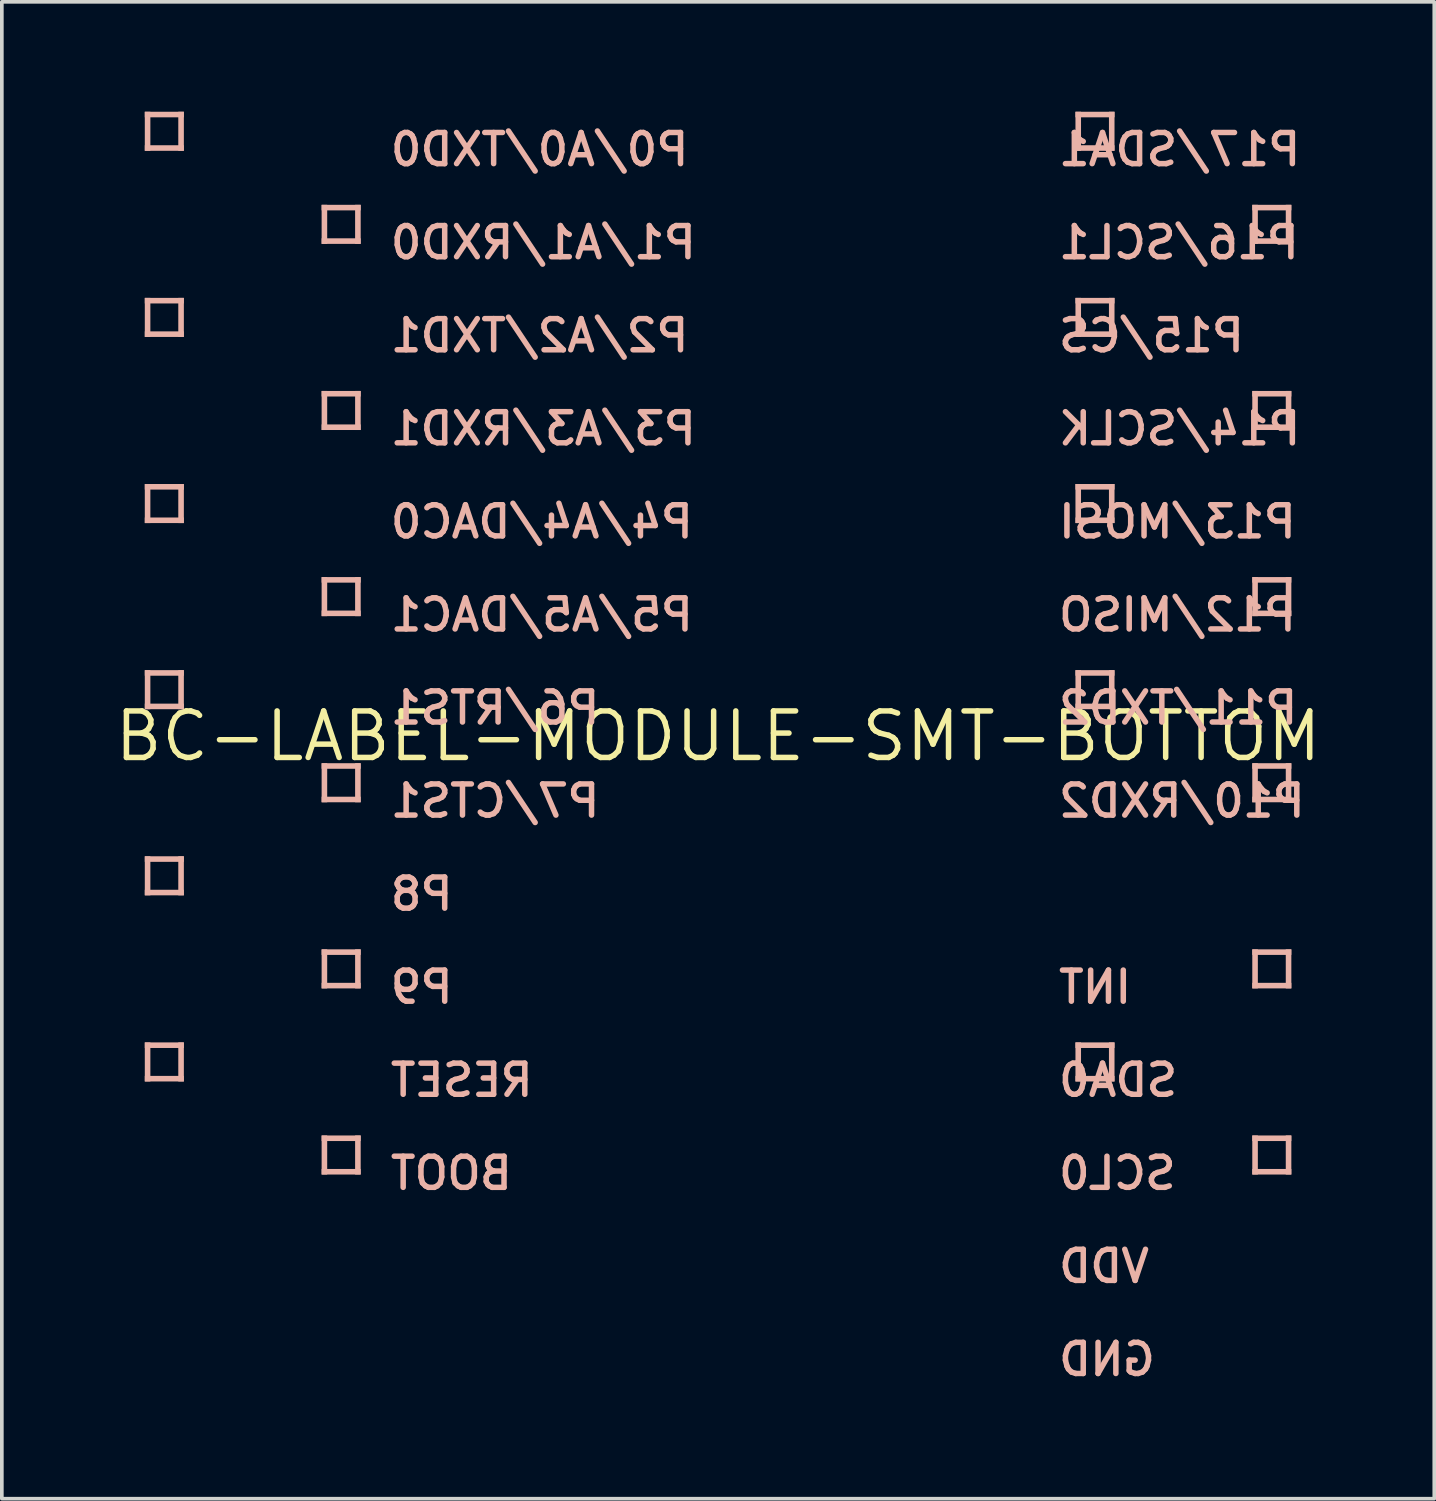
<source format=kicad_pcb>
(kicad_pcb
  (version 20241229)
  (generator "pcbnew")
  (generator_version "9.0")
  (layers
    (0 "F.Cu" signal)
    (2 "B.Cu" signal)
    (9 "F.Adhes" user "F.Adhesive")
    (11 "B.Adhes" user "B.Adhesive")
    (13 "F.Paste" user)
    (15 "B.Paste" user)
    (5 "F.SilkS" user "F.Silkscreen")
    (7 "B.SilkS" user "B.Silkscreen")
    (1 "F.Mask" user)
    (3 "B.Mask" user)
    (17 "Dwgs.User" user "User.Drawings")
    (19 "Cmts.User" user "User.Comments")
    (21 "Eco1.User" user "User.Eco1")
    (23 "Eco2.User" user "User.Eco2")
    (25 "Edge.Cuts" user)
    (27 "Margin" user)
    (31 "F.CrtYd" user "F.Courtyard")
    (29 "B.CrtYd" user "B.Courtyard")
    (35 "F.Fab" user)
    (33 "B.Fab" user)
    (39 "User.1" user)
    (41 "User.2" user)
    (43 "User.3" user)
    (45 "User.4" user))
  (footprint "BC-LABEL-MODULE-SMT-BOTTOM"
    (layer "F.Cu")
    (at 16.548 17.043)
    (property "Reference" "BC-LABEL-MODULE-SMT-BOTTOM" (at 0 0 0) (unlocked yes) (layer "F.SilkS") (effects (font (size 1.27 1.27) (thickness 0.15))))
    (fp_poly (pts (xy -15.646 -16.891) (xy -14.58 -16.891) (xy -14.58 -17.043) (xy -15.646 -17.043)) (stroke (width 0) (type default)) (fill yes) (layer "B.SilkS"))
    (fp_poly (pts (xy -15.646 -15.977) (xy -15.494 -15.977) (xy -15.494 -17.043) (xy -15.646 -17.043)) (stroke (width 0) (type default)) (fill yes) (layer "B.SilkS"))
    (fp_poly (pts (xy -15.646 -15.977) (xy -14.58 -15.977) (xy -14.58 -16.129) (xy -15.646 -16.129)) (stroke (width 0) (type default)) (fill yes) (layer "B.SilkS"))
    (fp_poly (pts (xy -15.646 -11.811) (xy -14.58 -11.811) (xy -14.58 -11.963) (xy -15.646 -11.963)) (stroke (width 0) (type default)) (fill yes) (layer "B.SilkS"))
    (fp_poly (pts (xy -15.646 -10.897) (xy -15.494 -10.897) (xy -15.494 -11.963) (xy -15.646 -11.963)) (stroke (width 0) (type default)) (fill yes) (layer "B.SilkS"))
    (fp_poly (pts (xy -15.646 -10.897) (xy -14.58 -10.897) (xy -14.58 -11.049) (xy -15.646 -11.049)) (stroke (width 0) (type default)) (fill yes) (layer "B.SilkS"))
    (fp_poly (pts (xy -15.646 -6.731) (xy -14.58 -6.731) (xy -14.58 -6.883) (xy -15.646 -6.883)) (stroke (width 0) (type default)) (fill yes) (layer "B.SilkS"))
    (fp_poly (pts (xy -15.646 -5.817) (xy -15.494 -5.817) (xy -15.494 -6.883) (xy -15.646 -6.883)) (stroke (width 0) (type default)) (fill yes) (layer "B.SilkS"))
    (fp_poly (pts (xy -15.646 -5.817) (xy -14.58 -5.817) (xy -14.58 -5.969) (xy -15.646 -5.969)) (stroke (width 0) (type default)) (fill yes) (layer "B.SilkS"))
    (fp_poly (pts (xy -15.646 -1.651) (xy -14.58 -1.651) (xy -14.58 -1.803) (xy -15.646 -1.803)) (stroke (width 0) (type default)) (fill yes) (layer "B.SilkS"))
    (fp_poly (pts (xy -15.646 -0.737) (xy -15.494 -0.737) (xy -15.494 -1.803) (xy -15.646 -1.803)) (stroke (width 0) (type default)) (fill yes) (layer "B.SilkS"))
    (fp_poly (pts (xy -15.646 -0.737) (xy -14.58 -0.737) (xy -14.58 -0.889) (xy -15.646 -0.889)) (stroke (width 0) (type default)) (fill yes) (layer "B.SilkS"))
    (fp_poly (pts (xy -15.646 3.429) (xy -14.58 3.429) (xy -14.58 3.277) (xy -15.646 3.277)) (stroke (width 0) (type default)) (fill yes) (layer "B.SilkS"))
    (fp_poly (pts (xy -15.646 4.343) (xy -15.494 4.343) (xy -15.494 3.277) (xy -15.646 3.277)) (stroke (width 0) (type default)) (fill yes) (layer "B.SilkS"))
    (fp_poly (pts (xy -15.646 4.343) (xy -14.58 4.343) (xy -14.58 4.191) (xy -15.646 4.191)) (stroke (width 0) (type default)) (fill yes) (layer "B.SilkS"))
    (fp_poly (pts (xy -15.646 8.509) (xy -14.58 8.509) (xy -14.58 8.357) (xy -15.646 8.357)) (stroke (width 0) (type default)) (fill yes) (layer "B.SilkS"))
    (fp_poly (pts (xy -15.646 9.423) (xy -15.494 9.423) (xy -15.494 8.357) (xy -15.646 8.357)) (stroke (width 0) (type default)) (fill yes) (layer "B.SilkS"))
    (fp_poly (pts (xy -15.646 9.423) (xy -14.58 9.423) (xy -14.58 9.271) (xy -15.646 9.271)) (stroke (width 0) (type default)) (fill yes) (layer "B.SilkS"))
    (fp_poly (pts (xy -14.732 -15.977) (xy -14.58 -15.977) (xy -14.58 -17.043) (xy -14.732 -17.043)) (stroke (width 0) (type default)) (fill yes) (layer "B.SilkS"))
    (fp_poly (pts (xy -14.732 -10.897) (xy -14.58 -10.897) (xy -14.58 -11.963) (xy -14.732 -11.963)) (stroke (width 0) (type default)) (fill yes) (layer "B.SilkS"))
    (fp_poly (pts (xy -14.732 -5.817) (xy -14.58 -5.817) (xy -14.58 -6.883) (xy -14.732 -6.883)) (stroke (width 0) (type default)) (fill yes) (layer "B.SilkS"))
    (fp_poly (pts (xy -14.732 -0.737) (xy -14.58 -0.737) (xy -14.58 -1.803) (xy -14.732 -1.803)) (stroke (width 0) (type default)) (fill yes) (layer "B.SilkS"))
    (fp_poly (pts (xy -14.732 4.343) (xy -14.58 4.343) (xy -14.58 3.277) (xy -14.732 3.277)) (stroke (width 0) (type default)) (fill yes) (layer "B.SilkS"))
    (fp_poly (pts (xy -14.732 9.423) (xy -14.58 9.423) (xy -14.58 8.357) (xy -14.732 8.357)) (stroke (width 0) (type default)) (fill yes) (layer "B.SilkS"))
    (fp_poly (pts (xy -10.82 -14.351) (xy -9.754 -14.351) (xy -9.754 -14.503) (xy -10.82 -14.503)) (stroke (width 0) (type default)) (fill yes) (layer "B.SilkS"))
    (fp_poly (pts (xy -10.82 -13.437) (xy -10.668 -13.437) (xy -10.668 -14.503) (xy -10.82 -14.503)) (stroke (width 0) (type default)) (fill yes) (layer "B.SilkS"))
    (fp_poly (pts (xy -10.82 -13.437) (xy -9.754 -13.437) (xy -9.754 -13.589) (xy -10.82 -13.589)) (stroke (width 0) (type default)) (fill yes) (layer "B.SilkS"))
    (fp_poly (pts (xy -10.82 -9.271) (xy -9.754 -9.271) (xy -9.754 -9.423) (xy -10.82 -9.423)) (stroke (width 0) (type default)) (fill yes) (layer "B.SilkS"))
    (fp_poly (pts (xy -10.82 -8.357) (xy -10.668 -8.357) (xy -10.668 -9.423) (xy -10.82 -9.423)) (stroke (width 0) (type default)) (fill yes) (layer "B.SilkS"))
    (fp_poly (pts (xy -10.82 -8.357) (xy -9.754 -8.357) (xy -9.754 -8.509) (xy -10.82 -8.509)) (stroke (width 0) (type default)) (fill yes) (layer "B.SilkS"))
    (fp_poly (pts (xy -10.82 -4.191) (xy -9.754 -4.191) (xy -9.754 -4.343) (xy -10.82 -4.343)) (stroke (width 0) (type default)) (fill yes) (layer "B.SilkS"))
    (fp_poly (pts (xy -10.82 -3.277) (xy -10.668 -3.277) (xy -10.668 -4.343) (xy -10.82 -4.343)) (stroke (width 0) (type default)) (fill yes) (layer "B.SilkS"))
    (fp_poly (pts (xy -10.82 -3.277) (xy -9.754 -3.277) (xy -9.754 -3.429) (xy -10.82 -3.429)) (stroke (width 0) (type default)) (fill yes) (layer "B.SilkS"))
    (fp_poly (pts (xy -10.82 0.889) (xy -9.754 0.889) (xy -9.754 0.737) (xy -10.82 0.737)) (stroke (width 0) (type default)) (fill yes) (layer "B.SilkS"))
    (fp_poly (pts (xy -10.82 1.803) (xy -10.668 1.803) (xy -10.668 0.737) (xy -10.82 0.737)) (stroke (width 0) (type default)) (fill yes) (layer "B.SilkS"))
    (fp_poly (pts (xy -10.82 1.803) (xy -9.754 1.803) (xy -9.754 1.651) (xy -10.82 1.651)) (stroke (width 0) (type default)) (fill yes) (layer "B.SilkS"))
    (fp_poly (pts (xy -10.82 5.969) (xy -9.754 5.969) (xy -9.754 5.817) (xy -10.82 5.817)) (stroke (width 0) (type default)) (fill yes) (layer "B.SilkS"))
    (fp_poly (pts (xy -10.82 6.883) (xy -10.668 6.883) (xy -10.668 5.817) (xy -10.82 5.817)) (stroke (width 0) (type default)) (fill yes) (layer "B.SilkS"))
    (fp_poly (pts (xy -10.82 6.883) (xy -9.754 6.883) (xy -9.754 6.731) (xy -10.82 6.731)) (stroke (width 0) (type default)) (fill yes) (layer "B.SilkS"))
    (fp_poly (pts (xy -10.82 11.049) (xy -9.754 11.049) (xy -9.754 10.897) (xy -10.82 10.897)) (stroke (width 0) (type default)) (fill yes) (layer "B.SilkS"))
    (fp_poly (pts (xy -10.82 11.963) (xy -10.668 11.963) (xy -10.668 10.897) (xy -10.82 10.897)) (stroke (width 0) (type default)) (fill yes) (layer "B.SilkS"))
    (fp_poly (pts (xy -10.82 11.963) (xy -9.754 11.963) (xy -9.754 11.811) (xy -10.82 11.811)) (stroke (width 0) (type default)) (fill yes) (layer "B.SilkS"))
    (fp_poly (pts (xy -9.906 -13.437) (xy -9.754 -13.437) (xy -9.754 -14.503) (xy -9.906 -14.503)) (stroke (width 0) (type default)) (fill yes) (layer "B.SilkS"))
    (fp_poly (pts (xy -9.906 -8.357) (xy -9.754 -8.357) (xy -9.754 -9.423) (xy -9.906 -9.423)) (stroke (width 0) (type default)) (fill yes) (layer "B.SilkS"))
    (fp_poly (pts (xy -9.906 -3.277) (xy -9.754 -3.277) (xy -9.754 -4.343) (xy -9.906 -4.343)) (stroke (width 0) (type default)) (fill yes) (layer "B.SilkS"))
    (fp_poly (pts (xy -9.906 1.803) (xy -9.754 1.803) (xy -9.754 0.737) (xy -9.906 0.737)) (stroke (width 0) (type default)) (fill yes) (layer "B.SilkS"))
    (fp_poly (pts (xy -9.906 6.883) (xy -9.754 6.883) (xy -9.754 5.817) (xy -9.906 5.817)) (stroke (width 0) (type default)) (fill yes) (layer "B.SilkS"))
    (fp_poly (pts (xy -9.906 11.963) (xy -9.754 11.963) (xy -9.754 10.897) (xy -9.906 10.897)) (stroke (width 0) (type default)) (fill yes) (layer "B.SilkS"))
    (fp_poly (pts (xy 9.754 -16.891) (xy 10.82 -16.891) (xy 10.82 -17.043) (xy 9.754 -17.043)) (stroke (width 0) (type default)) (fill yes) (layer "B.SilkS"))
    (fp_poly (pts (xy 9.754 -15.977) (xy 9.906 -15.977) (xy 9.906 -17.043) (xy 9.754 -17.043)) (stroke (width 0) (type default)) (fill yes) (layer "B.SilkS"))
    (fp_poly (pts (xy 9.754 -15.977) (xy 10.82 -15.977) (xy 10.82 -16.129) (xy 9.754 -16.129)) (stroke (width 0) (type default)) (fill yes) (layer "B.SilkS"))
    (fp_poly (pts (xy 9.754 -11.811) (xy 10.82 -11.811) (xy 10.82 -11.963) (xy 9.754 -11.963)) (stroke (width 0) (type default)) (fill yes) (layer "B.SilkS"))
    (fp_poly (pts (xy 9.754 -10.897) (xy 9.906 -10.897) (xy 9.906 -11.963) (xy 9.754 -11.963)) (stroke (width 0) (type default)) (fill yes) (layer "B.SilkS"))
    (fp_poly (pts (xy 9.754 -10.897) (xy 10.82 -10.897) (xy 10.82 -11.049) (xy 9.754 -11.049)) (stroke (width 0) (type default)) (fill yes) (layer "B.SilkS"))
    (fp_poly (pts (xy 9.754 -6.731) (xy 10.82 -6.731) (xy 10.82 -6.883) (xy 9.754 -6.883)) (stroke (width 0) (type default)) (fill yes) (layer "B.SilkS"))
    (fp_poly (pts (xy 9.754 -5.817) (xy 9.906 -5.817) (xy 9.906 -6.883) (xy 9.754 -6.883)) (stroke (width 0) (type default)) (fill yes) (layer "B.SilkS"))
    (fp_poly (pts (xy 9.754 -5.817) (xy 10.82 -5.817) (xy 10.82 -5.969) (xy 9.754 -5.969)) (stroke (width 0) (type default)) (fill yes) (layer "B.SilkS"))
    (fp_poly (pts (xy 9.754 -1.651) (xy 10.82 -1.651) (xy 10.82 -1.803) (xy 9.754 -1.803)) (stroke (width 0) (type default)) (fill yes) (layer "B.SilkS"))
    (fp_poly (pts (xy 9.754 -0.737) (xy 9.906 -0.737) (xy 9.906 -1.803) (xy 9.754 -1.803)) (stroke (width 0) (type default)) (fill yes) (layer "B.SilkS"))
    (fp_poly (pts (xy 9.754 -0.737) (xy 10.82 -0.737) (xy 10.82 -0.889) (xy 9.754 -0.889)) (stroke (width 0) (type default)) (fill yes) (layer "B.SilkS"))
    (fp_poly (pts (xy 9.754 8.509) (xy 10.82 8.509) (xy 10.82 8.357) (xy 9.754 8.357)) (stroke (width 0) (type default)) (fill yes) (layer "B.SilkS"))
    (fp_poly (pts (xy 9.754 9.423) (xy 9.906 9.423) (xy 9.906 8.357) (xy 9.754 8.357)) (stroke (width 0) (type default)) (fill yes) (layer "B.SilkS"))
    (fp_poly (pts (xy 9.754 9.423) (xy 10.82 9.423) (xy 10.82 9.271) (xy 9.754 9.271)) (stroke (width 0) (type default)) (fill yes) (layer "B.SilkS"))
    (fp_poly (pts (xy 10.668 -15.977) (xy 10.82 -15.977) (xy 10.82 -17.043) (xy 10.668 -17.043)) (stroke (width 0) (type default)) (fill yes) (layer "B.SilkS"))
    (fp_poly (pts (xy 10.668 -10.897) (xy 10.82 -10.897) (xy 10.82 -11.963) (xy 10.668 -11.963)) (stroke (width 0) (type default)) (fill yes) (layer "B.SilkS"))
    (fp_poly (pts (xy 10.668 -5.817) (xy 10.82 -5.817) (xy 10.82 -6.883) (xy 10.668 -6.883)) (stroke (width 0) (type default)) (fill yes) (layer "B.SilkS"))
    (fp_poly (pts (xy 10.668 -0.737) (xy 10.82 -0.737) (xy 10.82 -1.803) (xy 10.668 -1.803)) (stroke (width 0) (type default)) (fill yes) (layer "B.SilkS"))
    (fp_poly (pts (xy 10.668 9.423) (xy 10.82 9.423) (xy 10.82 8.357) (xy 10.668 8.357)) (stroke (width 0) (type default)) (fill yes) (layer "B.SilkS"))
    (fp_poly (pts (xy 14.58 -14.351) (xy 15.646 -14.351) (xy 15.646 -14.503) (xy 14.58 -14.503)) (stroke (width 0) (type default)) (fill yes) (layer "B.SilkS"))
    (fp_poly (pts (xy 14.58 -13.437) (xy 14.732 -13.437) (xy 14.732 -14.503) (xy 14.58 -14.503)) (stroke (width 0) (type default)) (fill yes) (layer "B.SilkS"))
    (fp_poly (pts (xy 14.58 -13.437) (xy 15.646 -13.437) (xy 15.646 -13.589) (xy 14.58 -13.589)) (stroke (width 0) (type default)) (fill yes) (layer "B.SilkS"))
    (fp_poly (pts (xy 14.58 -9.271) (xy 15.646 -9.271) (xy 15.646 -9.423) (xy 14.58 -9.423)) (stroke (width 0) (type default)) (fill yes) (layer "B.SilkS"))
    (fp_poly (pts (xy 14.58 -8.357) (xy 14.732 -8.357) (xy 14.732 -9.423) (xy 14.58 -9.423)) (stroke (width 0) (type default)) (fill yes) (layer "B.SilkS"))
    (fp_poly (pts (xy 14.58 -8.357) (xy 15.646 -8.357) (xy 15.646 -8.509) (xy 14.58 -8.509)) (stroke (width 0) (type default)) (fill yes) (layer "B.SilkS"))
    (fp_poly (pts (xy 14.58 -4.191) (xy 15.646 -4.191) (xy 15.646 -4.343) (xy 14.58 -4.343)) (stroke (width 0) (type default)) (fill yes) (layer "B.SilkS"))
    (fp_poly (pts (xy 14.58 -3.277) (xy 14.732 -3.277) (xy 14.732 -4.343) (xy 14.58 -4.343)) (stroke (width 0) (type default)) (fill yes) (layer "B.SilkS"))
    (fp_poly (pts (xy 14.58 -3.277) (xy 15.646 -3.277) (xy 15.646 -3.429) (xy 14.58 -3.429)) (stroke (width 0) (type default)) (fill yes) (layer "B.SilkS"))
    (fp_poly (pts (xy 14.58 0.889) (xy 15.646 0.889) (xy 15.646 0.737) (xy 14.58 0.737)) (stroke (width 0) (type default)) (fill yes) (layer "B.SilkS"))
    (fp_poly (pts (xy 14.58 1.803) (xy 14.732 1.803) (xy 14.732 0.737) (xy 14.58 0.737)) (stroke (width 0) (type default)) (fill yes) (layer "B.SilkS"))
    (fp_poly (pts (xy 14.58 1.803) (xy 15.646 1.803) (xy 15.646 1.651) (xy 14.58 1.651)) (stroke (width 0) (type default)) (fill yes) (layer "B.SilkS"))
    (fp_poly (pts (xy 14.58 5.969) (xy 15.646 5.969) (xy 15.646 5.817) (xy 14.58 5.817)) (stroke (width 0) (type default)) (fill yes) (layer "B.SilkS"))
    (fp_poly (pts (xy 14.58 6.883) (xy 14.732 6.883) (xy 14.732 5.817) (xy 14.58 5.817)) (stroke (width 0) (type default)) (fill yes) (layer "B.SilkS"))
    (fp_poly (pts (xy 14.58 6.883) (xy 15.646 6.883) (xy 15.646 6.731) (xy 14.58 6.731)) (stroke (width 0) (type default)) (fill yes) (layer "B.SilkS"))
    (fp_poly (pts (xy 14.58 11.049) (xy 15.646 11.049) (xy 15.646 10.897) (xy 14.58 10.897)) (stroke (width 0) (type default)) (fill yes) (layer "B.SilkS"))
    (fp_poly (pts (xy 14.58 11.963) (xy 14.732 11.963) (xy 14.732 10.897) (xy 14.58 10.897)) (stroke (width 0) (type default)) (fill yes) (layer "B.SilkS"))
    (fp_poly (pts (xy 14.58 11.963) (xy 15.646 11.963) (xy 15.646 11.811) (xy 14.58 11.811)) (stroke (width 0) (type default)) (fill yes) (layer "B.SilkS"))
    (fp_poly (pts (xy 15.494 -13.437) (xy 15.646 -13.437) (xy 15.646 -14.503) (xy 15.494 -14.503)) (stroke (width 0) (type default)) (fill yes) (layer "B.SilkS"))
    (fp_poly (pts (xy 15.494 -8.357) (xy 15.646 -8.357) (xy 15.646 -9.423) (xy 15.494 -9.423)) (stroke (width 0) (type default)) (fill yes) (layer "B.SilkS"))
    (fp_poly (pts (xy 15.494 -3.277) (xy 15.646 -3.277) (xy 15.646 -4.343) (xy 15.494 -4.343)) (stroke (width 0) (type default)) (fill yes) (layer "B.SilkS"))
    (fp_poly (pts (xy 15.494 1.803) (xy 15.646 1.803) (xy 15.646 0.737) (xy 15.494 0.737)) (stroke (width 0) (type default)) (fill yes) (layer "B.SilkS"))
    (fp_poly (pts (xy 15.494 6.883) (xy 15.646 6.883) (xy 15.646 5.817) (xy 15.494 5.817)) (stroke (width 0) (type default)) (fill yes) (layer "B.SilkS"))
    (fp_poly (pts (xy 15.494 11.963) (xy 15.646 11.963) (xy 15.646 10.897) (xy 15.494 10.897)) (stroke (width 0) (type default)) (fill yes) (layer "B.SilkS"))
    (fp_text user "GND" (at 9.22 16.51 0) (layer "B.SilkS") (effects (font (size 0.85 0.85) (thickness 0.15)) (justify right top mirror)))
    (fp_text user "P1/A1/RXD0" (at -9.017 -13.97 0) (layer "B.SilkS") (effects (font (size 0.85 0.85) (thickness 0.15)) (justify right top mirror)))
    (fp_text user "P2/A2/TXD1" (at -9.017 -11.43 0) (layer "B.SilkS") (effects (font (size 0.85 0.85) (thickness 0.15)) (justify right top mirror)))
    (fp_text user "P15/CS" (at 9.22 -11.43 0) (layer "B.SilkS") (effects (font (size 0.85 0.85) (thickness 0.15)) (justify right top mirror)))
    (fp_text user "INT" (at 9.22 6.35 0) (layer "B.SilkS") (effects (font (size 0.85 0.85) (thickness 0.15)) (justify right top mirror)))
    (fp_text user "P4/A4/DAC0" (at -9.017 -6.35 0) (layer "B.SilkS") (effects (font (size 0.85 0.85) (thickness 0.15)) (justify right top mirror)))
    (fp_text user "SCL0" (at 9.22 11.43 0) (layer "B.SilkS") (effects (font (size 0.85 0.85) (thickness 0.15)) (justify right top mirror)))
    (fp_text user "P12/MISO" (at 9.22 -3.81 0) (layer "B.SilkS") (effects (font (size 0.85 0.85) (thickness 0.15)) (justify right top mirror)))
    (fp_text user "P7/CTS1" (at -9.017 1.27 0) (layer "B.SilkS") (effects (font (size 0.85 0.85) (thickness 0.15)) (justify right top mirror)))
    (fp_text user "P13/MOSI" (at 9.22 -6.35 0) (layer "B.SilkS") (effects (font (size 0.85 0.85) (thickness 0.15)) (justify right top mirror)))
    (fp_text user "P5/A5/DAC1" (at -9.017 -3.81 0) (layer "B.SilkS") (effects (font (size 0.85 0.85) (thickness 0.15)) (justify right top mirror)))
    (fp_text user "RESET" (at -9.017 8.89 0) (layer "B.SilkS") (effects (font (size 0.85 0.85) (thickness 0.15)) (justify right top mirror)))
    (fp_text user "P10/RXD2" (at 9.22 1.27 0) (layer "B.SilkS") (effects (font (size 0.85 0.85) (thickness 0.15)) (justify right top mirror)))
    (fp_text user "P14/SCLK" (at 9.22 -8.89 0) (layer "B.SilkS") (effects (font (size 0.85 0.85) (thickness 0.15)) (justify right top mirror)))
    (fp_text user "SDA0" (at 9.22 8.89 0) (layer "B.SilkS") (effects (font (size 0.85 0.85) (thickness 0.15)) (justify right top mirror)))
    (fp_text user "P0/A0/TXD0" (at -9.017 -16.51 0) (layer "B.SilkS") (effects (font (size 0.85 0.85) (thickness 0.15)) (justify right top mirror)))
    (fp_text user "P16/SCL1" (at 9.22 -13.97 0) (layer "B.SilkS") (effects (font (size 0.85 0.85) (thickness 0.15)) (justify right top mirror)))
    (fp_text user "BOOT" (at -9.017 11.43 0) (layer "B.SilkS") (effects (font (size 0.85 0.85) (thickness 0.15)) (justify right top mirror)))
    (fp_text user "P8" (at -9.017 3.81 0) (layer "B.SilkS") (effects (font (size 0.85 0.85) (thickness 0.15)) (justify right top mirror)))
    (fp_text user "VDD" (at 9.22 13.97 0) (layer "B.SilkS") (effects (font (size 0.85 0.85) (thickness 0.15)) (justify right top mirror)))
    (fp_text user "P11/TXD2" (at 9.22 -1.27 0) (layer "B.SilkS") (effects (font (size 0.85 0.85) (thickness 0.15)) (justify right top mirror)))
    (fp_text user "P9" (at -9.017 6.35 0) (layer "B.SilkS") (effects (font (size 0.85 0.85) (thickness 0.15)) (justify right top mirror)))
    (fp_text user "P6/RTS1" (at -9.017 -1.27 0) (layer "B.SilkS") (effects (font (size 0.85 0.85) (thickness 0.15)) (justify right top mirror)))
    (fp_text user "P3/A3/RXD1" (at -9.017 -8.89 0) (layer "B.SilkS") (effects (font (size 0.85 0.85) (thickness 0.15)) (justify right top mirror)))
    (fp_text user "P17/SDA1" (at 9.22 -16.51 0) (layer "B.SilkS") (effects (font (size 0.85 0.85) (thickness 0.15)) (justify right top mirror))))
  (gr_rect
    (start -3 -3)
    (end 36.095 37.853)
    (stroke (width 0.1) (type default))
    (fill no)
    (layer "Edge.Cuts")))
</source>
